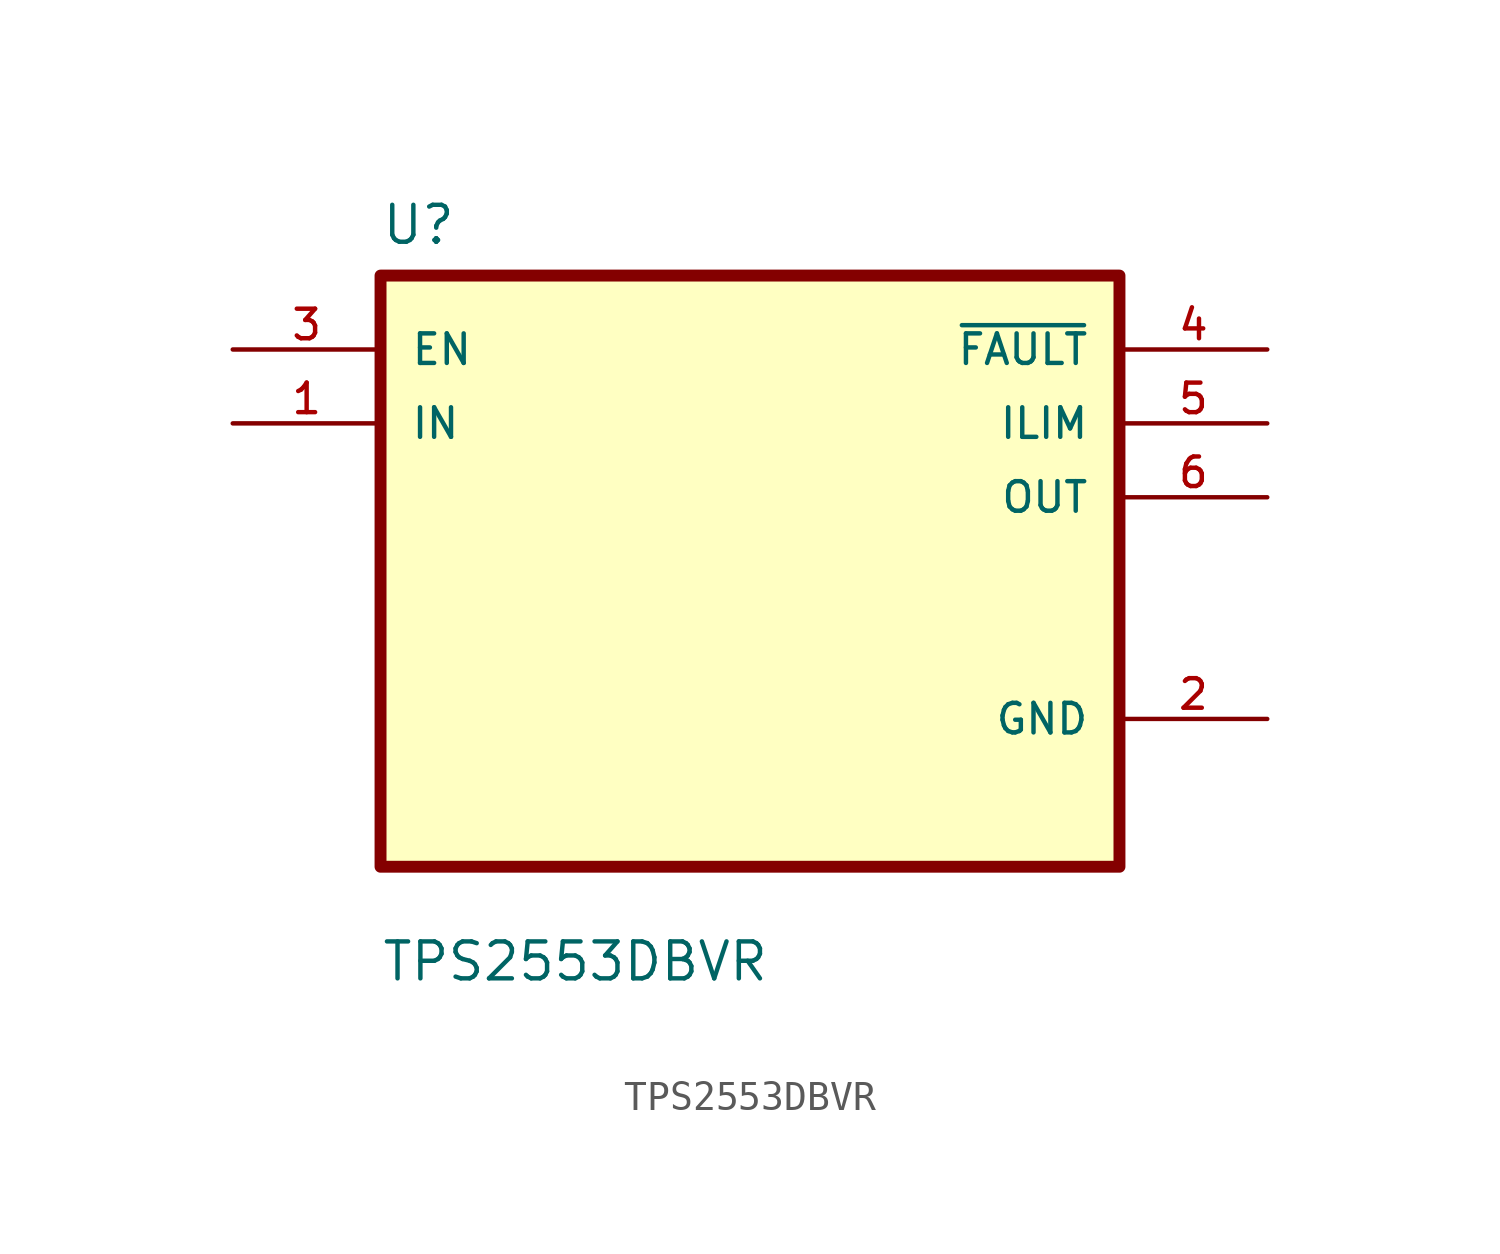
<source format=kicad_sym>
(kicad_symbol_lib
  (version 20211014)
  (generator kicad_symbol_editor)
  (symbol "TPS2553DBVR"
    (pin_names
      (offset 1.016))
    (property "Reference" "U"
      (at -12.7 11.16 0.0)
      (effects (font (size 1.27 1.27)) (justify bottom left)))
    (property "Value" "TPS2553DBVR"
      (at -12.7 -14.16 0.0)
      (effects (font (size 1.27 1.27)) (justify bottom left)))
    (symbol "TPS2553DBVR_0_0"
      (rectangle (start -12.7 -10.16) (end 12.7 10.16) (stroke (width 0.41)) (fill (type background)))
      (pin input line (at -17.78 7.62 0) (length 5.08) (name "EN" (effects (font (size 1.016 1.016)))) (number "3" (effects (font (size 1.016 1.016)))))
      (pin input line (at -17.78 5.08 0) (length 5.08) (name "IN" (effects (font (size 1.016 1.016)))) (number "1" (effects (font (size 1.016 1.016)))))
      (pin output line (at 17.78 7.62 180.0) (length 5.08) (name "~{FAULT}" (effects (font (size 1.016 1.016)))) (number "4" (effects (font (size 1.016 1.016)))))
      (pin output line (at 17.78 5.08 180.0) (length 5.08) (name "ILIM" (effects (font (size 1.016 1.016)))) (number "5" (effects (font (size 1.016 1.016)))))
      (pin output line (at 17.78 2.54 180.0) (length 5.08) (name "OUT" (effects (font (size 1.016 1.016)))) (number "6" (effects (font (size 1.016 1.016)))))
      (pin power_in line (at 17.78 -5.08 180.0) (length 5.08) (name "GND" (effects (font (size 1.016 1.016)))) (number "2" (effects (font (size 1.016 1.016))))))))
</source>
